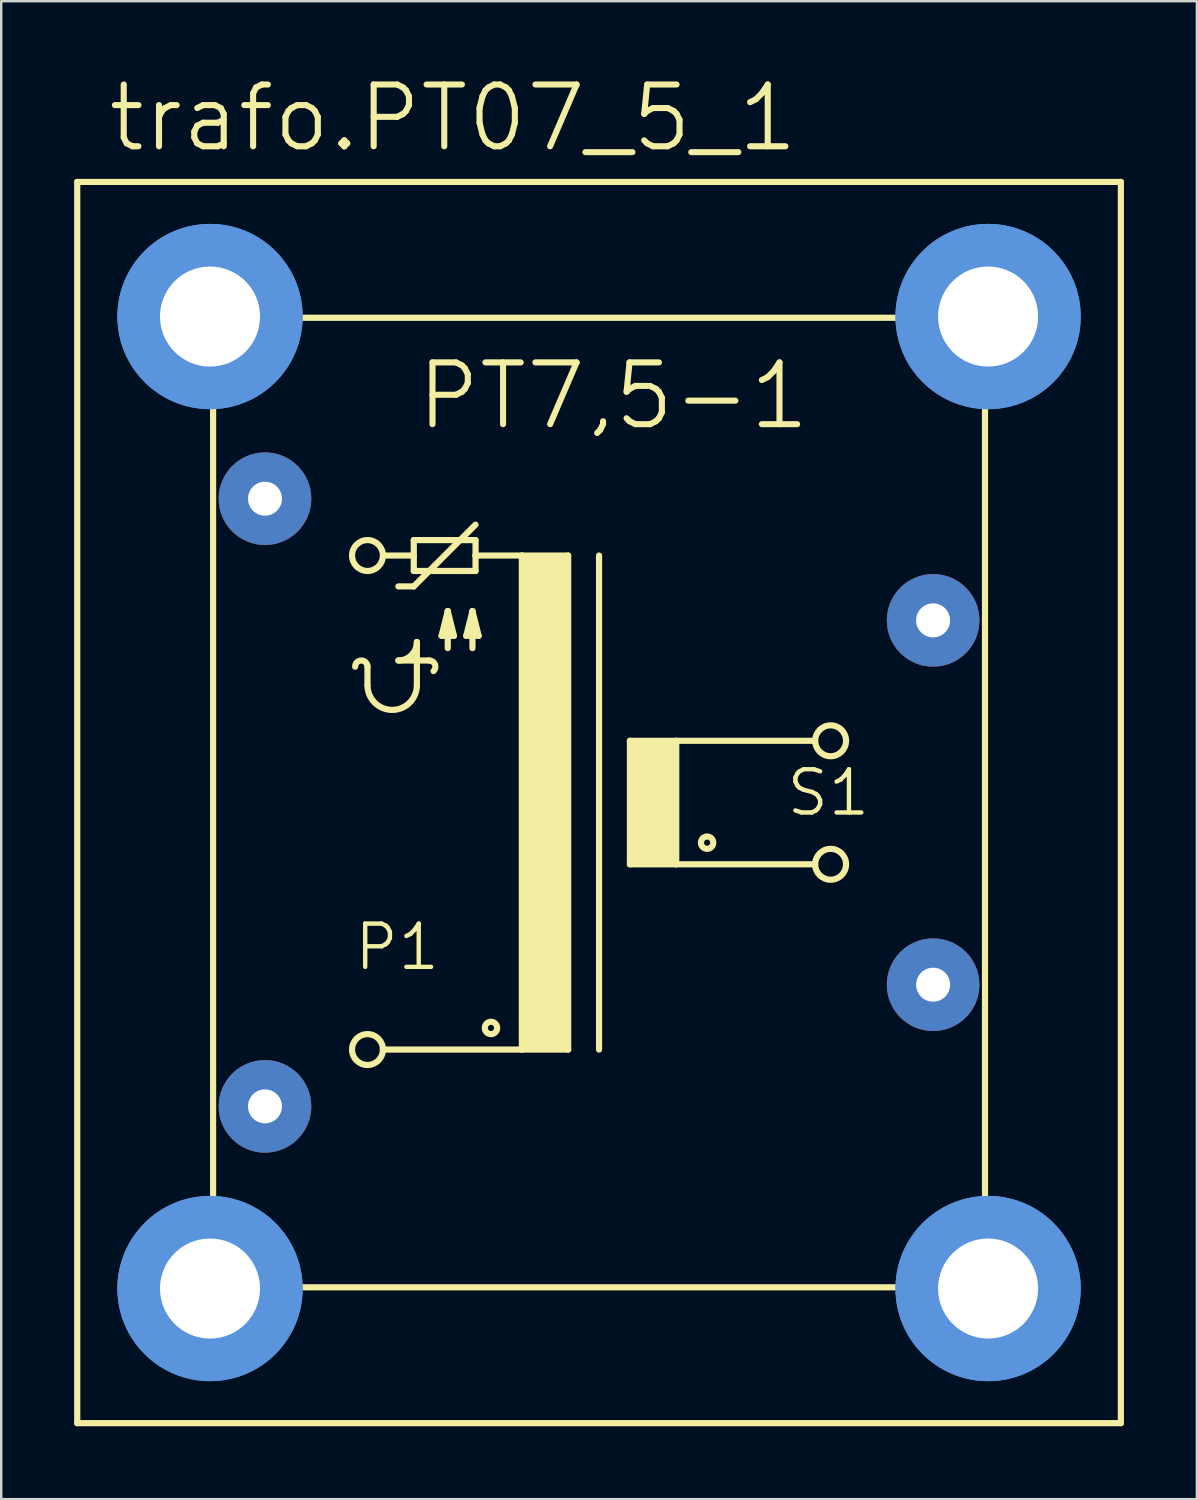
<source format=kicad_pcb>
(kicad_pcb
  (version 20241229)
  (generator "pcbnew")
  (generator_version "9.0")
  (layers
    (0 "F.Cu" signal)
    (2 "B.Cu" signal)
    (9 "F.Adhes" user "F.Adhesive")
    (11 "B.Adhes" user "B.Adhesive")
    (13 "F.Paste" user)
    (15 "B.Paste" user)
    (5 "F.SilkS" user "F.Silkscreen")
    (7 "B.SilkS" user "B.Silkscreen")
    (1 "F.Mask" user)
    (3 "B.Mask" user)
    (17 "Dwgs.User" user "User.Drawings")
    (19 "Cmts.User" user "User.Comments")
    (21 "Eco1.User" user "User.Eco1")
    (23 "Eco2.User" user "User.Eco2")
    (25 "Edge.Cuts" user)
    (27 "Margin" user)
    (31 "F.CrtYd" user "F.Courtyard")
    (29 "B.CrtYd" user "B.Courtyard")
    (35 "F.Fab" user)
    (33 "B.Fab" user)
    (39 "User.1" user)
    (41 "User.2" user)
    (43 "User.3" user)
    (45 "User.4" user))
  (footprint "trafo.PT07_5_1"
    (layer "F.Cu")
    (at 21.59 29.96)
    (property "Reference" "trafo.PT07_5_1" (at -20.32 -26.67 0) (layer "F.SilkS") (effects (font (size 2.54 2.54) (thickness 0.25)) (justify left bottom)))
    (attr through_hole)
    (fp_line (start -21.463 25.527) (end -21.463 -25.527) (stroke (width 0.254) (type default)) (layer "F.SilkS"))
    (fp_line (start -21.463 25.527) (end 21.463 25.527) (stroke (width 0.254) (type default)) (layer "F.SilkS"))
    (fp_line (start -15.875 17.653) (end -15.875 -17.653) (stroke (width 0.254) (type default)) (layer "F.SilkS"))
    (fp_line (start -13.716 -19.939) (end 13.716 -19.939) (stroke (width 0.254) (type default)) (layer "F.SilkS"))
    (fp_line (start -9.525 -4.826) (end -9.525 -5.588) (stroke (width 0.254) (type default)) (layer "F.SilkS"))
    (fp_line (start -8.89 -10.16) (end -7.62 -10.16) (stroke (width 0.254) (type default)) (layer "F.SilkS"))
    (fp_line (start -8.255 -8.89) (end -7.62 -8.89) (stroke (width 0.254) (type default)) (layer "F.SilkS"))
    (fp_line (start -8.255 -5.842) (end -6.985 -5.842) (stroke (width 0.254) (type default)) (layer "F.SilkS"))
    (fp_line (start -7.62 -10.795) (end -7.62 -10.16) (stroke (width 0.254) (type default)) (layer "F.SilkS"))
    (fp_line (start -7.62 -10.16) (end -7.62 -9.525) (stroke (width 0.254) (type default)) (layer "F.SilkS"))
    (fp_line (start -7.62 -9.525) (end -5.08 -9.525) (stroke (width 0.254) (type default)) (layer "F.SilkS"))
    (fp_line (start -7.62 -8.89) (end -5.08 -11.43) (stroke (width 0.254) (type default)) (layer "F.SilkS"))
    (fp_line (start -7.493 -4.826) (end -7.493 -6.604) (stroke (width 0.254) (type default)) (layer "F.SilkS"))
    (fp_line (start -6.477 -6.858) (end -5.969 -6.858) (stroke (width 0.254) (type default)) (layer "F.SilkS"))
    (fp_line (start -6.223 -7.874) (end -6.477 -6.858) (stroke (width 0.254) (type default)) (layer "F.SilkS"))
    (fp_line (start -6.223 -6.35) (end -6.223 -7.874) (stroke (width 0.254) (type default)) (layer "F.SilkS"))
    (fp_line (start -5.969 -6.858) (end -6.223 -7.874) (stroke (width 0.254) (type default)) (layer "F.SilkS"))
    (fp_line (start -5.461 -6.858) (end -4.953 -6.858) (stroke (width 0.254) (type default)) (layer "F.SilkS"))
    (fp_line (start -5.207 -7.874) (end -5.461 -6.858) (stroke (width 0.254) (type default)) (layer "F.SilkS"))
    (fp_line (start -5.207 -6.35) (end -5.207 -7.874) (stroke (width 0.254) (type default)) (layer "F.SilkS"))
    (fp_line (start -5.08 -10.795) (end -7.62 -10.795) (stroke (width 0.254) (type default)) (layer "F.SilkS"))
    (fp_line (start -5.08 -10.16) (end -5.08 -10.795) (stroke (width 0.254) (type default)) (layer "F.SilkS"))
    (fp_line (start -5.08 -10.16) (end -3.175 -10.16) (stroke (width 0.254) (type default)) (layer "F.SilkS"))
    (fp_line (start -5.08 -9.525) (end -5.08 -10.16) (stroke (width 0.254) (type default)) (layer "F.SilkS"))
    (fp_line (start -4.953 -6.858) (end -5.207 -7.874) (stroke (width 0.254) (type default)) (layer "F.SilkS"))
    (fp_line (start -3.175 -10.16) (end -3.175 10.16) (stroke (width 0.254) (type default)) (layer "F.SilkS"))
    (fp_line (start -3.175 -10.16) (end -1.27 -10.16) (stroke (width 0.254) (type default)) (layer "F.SilkS"))
    (fp_line (start -3.175 10.16) (end -8.89 10.16) (stroke (width 0.254) (type default)) (layer "F.SilkS"))
    (fp_line (start -1.27 -10.16) (end -1.27 10.16) (stroke (width 0.254) (type default)) (layer "F.SilkS"))
    (fp_line (start -1.27 10.16) (end -3.175 10.16) (stroke (width 0.254) (type default)) (layer "F.SilkS"))
    (fp_line (start 0 -10.16) (end 0 10.16) (stroke (width 0.254) (type default)) (layer "F.SilkS"))
    (fp_line (start 1.27 -2.54) (end 1.27 2.54) (stroke (width 0.254) (type default)) (layer "F.SilkS"))
    (fp_line (start 1.27 -2.54) (end 3.175 -2.54) (stroke (width 0.254) (type default)) (layer "F.SilkS"))
    (fp_line (start 1.27 2.54) (end 3.175 2.54) (stroke (width 0.254) (type default)) (layer "F.SilkS"))
    (fp_line (start 3.175 -2.54) (end 8.89 -2.54) (stroke (width 0.254) (type default)) (layer "F.SilkS"))
    (fp_line (start 3.175 2.54) (end 3.175 -2.54) (stroke (width 0.254) (type default)) (layer "F.SilkS"))
    (fp_line (start 3.175 2.54) (end 8.89 2.54) (stroke (width 0.254) (type default)) (layer "F.SilkS"))
    (fp_line (start 13.716 19.939) (end -13.716 19.939) (stroke (width 0.254) (type default)) (layer "F.SilkS"))
    (fp_line (start 15.875 -17.653) (end 15.875 17.653) (stroke (width 0.254) (type default)) (layer "F.SilkS"))
    (fp_line (start 21.463 -25.527) (end -21.463 -25.527) (stroke (width 0.254) (type default)) (layer "F.SilkS"))
    (fp_line (start 21.463 -25.527) (end 21.463 25.527) (stroke (width 0.254) (type default)) (layer "F.SilkS"))
    (fp_rect (start -3.175 10.16) (end -1.27 -10.16) (stroke (width 0.05) (type default)) (fill yes) (layer "F.SilkS"))
    (fp_rect (start 1.27 2.54) (end 3.175 -2.54) (stroke (width 0.05) (type default)) (fill yes) (layer "F.SilkS"))
    (fp_arc (start -10.033 -5.588) (mid -9.779 -5.842) (end -9.525 -5.588) (stroke (width 0.254) (type default)) (layer "F.SilkS"))
    (fp_arc (start -7.493 -6.604) (mid -7.716185 -6.065185) (end -8.255 -5.842) (stroke (width 0.254) (type default)) (layer "F.SilkS"))
    (fp_arc (start -7.493 -4.826) (mid -8.509 -3.81) (end -9.525 -4.826) (stroke (width 0.254) (type default)) (layer "F.SilkS"))
    (fp_arc (start -6.985 -5.842) (mid -6.750338 -5.685203) (end -6.8054 -5.4084) (stroke (width 0.254) (type default)) (layer "F.SilkS"))
    (fp_circle (center -9.525 -10.16) (end -8.89 -10.16) (stroke (width 0.254) (type default)) (fill no) (layer "F.SilkS"))
    (fp_circle (center -9.525 10.16) (end -8.89 10.16) (stroke (width 0.254) (type default)) (fill no) (layer "F.SilkS"))
    (fp_circle (center -4.445 9.271) (end -4.191 9.271) (stroke (width 0.254) (type default)) (fill no) (layer "F.SilkS"))
    (fp_circle (center 4.445 1.651) (end 4.699 1.651) (stroke (width 0.254) (type default)) (fill no) (layer "F.SilkS"))
    (fp_circle (center 9.525 -2.54) (end 10.16 -2.54) (stroke (width 0.254) (type default)) (fill no) (layer "F.SilkS"))
    (fp_circle (center 9.525 2.54) (end 10.16 2.54) (stroke (width 0.254) (type default)) (fill no) (layer "F.SilkS"))
    (fp_circle (center -16.002 -19.99) (end -13.081 -19.99) (stroke (width 1.778) (type default)) (fill no) (layer "Cmts.User"))
    (fp_circle (center -16.002 -19.99) (end -13.081 -19.99) (stroke (width 1.778) (type default)) (fill no) (layer "Cmts.User"))
    (fp_circle (center -16.002 19.99) (end -13.081 19.99) (stroke (width 1.778) (type default)) (fill no) (layer "Cmts.User"))
    (fp_circle (center -16.002 19.99) (end -13.081 19.99) (stroke (width 1.778) (type default)) (fill no) (layer "Cmts.User"))
    (fp_circle (center 16.002 -19.99) (end 18.923 -19.99) (stroke (width 1.778) (type default)) (fill no) (layer "Cmts.User"))
    (fp_circle (center 16.002 -19.99) (end 18.923 -19.99) (stroke (width 1.778) (type default)) (fill no) (layer "Cmts.User"))
    (fp_circle (center 16.002 19.99) (end 18.923 19.99) (stroke (width 1.778) (type default)) (fill no) (layer "Cmts.User"))
    (fp_circle (center 16.002 19.99) (end 18.923 19.99) (stroke (width 1.778) (type default)) (fill no) (layer "Cmts.User"))
    (fp_line (start -15.875 -19.939) (end -13.716 -19.939) (stroke (width 0.254) (type default)) (layer "F.Fab"))
    (fp_line (start -15.875 -17.653) (end -15.875 -19.939) (stroke (width 0.254) (type default)) (layer "F.Fab"))
    (fp_line (start -15.875 19.939) (end -15.875 17.653) (stroke (width 0.254) (type default)) (layer "F.Fab"))
    (fp_line (start -15.875 19.939) (end -13.716 19.939) (stroke (width 0.254) (type default)) (layer "F.Fab"))
    (fp_line (start 13.716 -19.939) (end 15.875 -19.939) (stroke (width 0.254) (type default)) (layer "F.Fab"))
    (fp_line (start 13.716 19.939) (end 15.875 19.939) (stroke (width 0.254) (type default)) (layer "F.Fab"))
    (fp_line (start 15.875 -17.653) (end 15.875 -19.939) (stroke (width 0.254) (type default)) (layer "F.Fab"))
    (fp_line (start 15.875 19.939) (end 15.875 17.653) (stroke (width 0.254) (type default)) (layer "F.Fab"))
    (fp_text user "S1" (at 7.62 0.635 0) (layer "F.SilkS") (effects (font (size 1.778 1.778) (thickness 0.18)) (justify left bottom)))
    (fp_text user "PT7,5-1" (at -7.62 -15.24 0) (layer "F.SilkS") (effects (font (size 2.54 2.54) (thickness 0.25)) (justify left bottom)))
    (fp_text user "P1" (at -10.16 6.985 0) (layer "F.SilkS") (effects (font (size 1.778 1.778) (thickness 0.18)) (justify left bottom)))
    (pad "" np_thru_hole circle (at -16.002 -19.99) (size 4.115 4.115) (drill 4.115) (layers "*.Cu" "*.Mask"))
    (pad "" np_thru_hole circle (at -16.002 19.99) (size 4.115 4.115) (drill 4.115) (layers "*.Cu" "*.Mask"))
    (pad "" np_thru_hole circle (at 16.002 -19.99) (size 4.115 4.115) (drill 4.115) (layers "*.Cu" "*.Mask"))
    (pad "" np_thru_hole circle (at 16.002 19.99) (size 4.115 4.115) (drill 4.115) (layers "*.Cu" "*.Mask"))
    (pad "1" thru_hole circle (at -13.741 -12.497) (size 3.81 3.81) (drill 1.397) (layers "*.Cu" "*.Mask"))
    (pad "2" thru_hole circle (at -13.741 12.497) (size 3.81 3.81) (drill 1.397) (layers "*.Cu" "*.Mask"))
    (pad "3" thru_hole circle (at 13.741 7.493) (size 3.81 3.81) (drill 1.397) (layers "*.Cu" "*.Mask"))
    (pad "4" thru_hole circle (at 13.741 -7.493) (size 3.81 3.81) (drill 1.397) (layers "*.Cu" "*.Mask")))
  (gr_rect
    (start -3 -3)
    (end 46.18 58.614)
    (stroke (width 0.1) (type default))
    (fill no)
    (layer "Edge.Cuts")))
</source>
